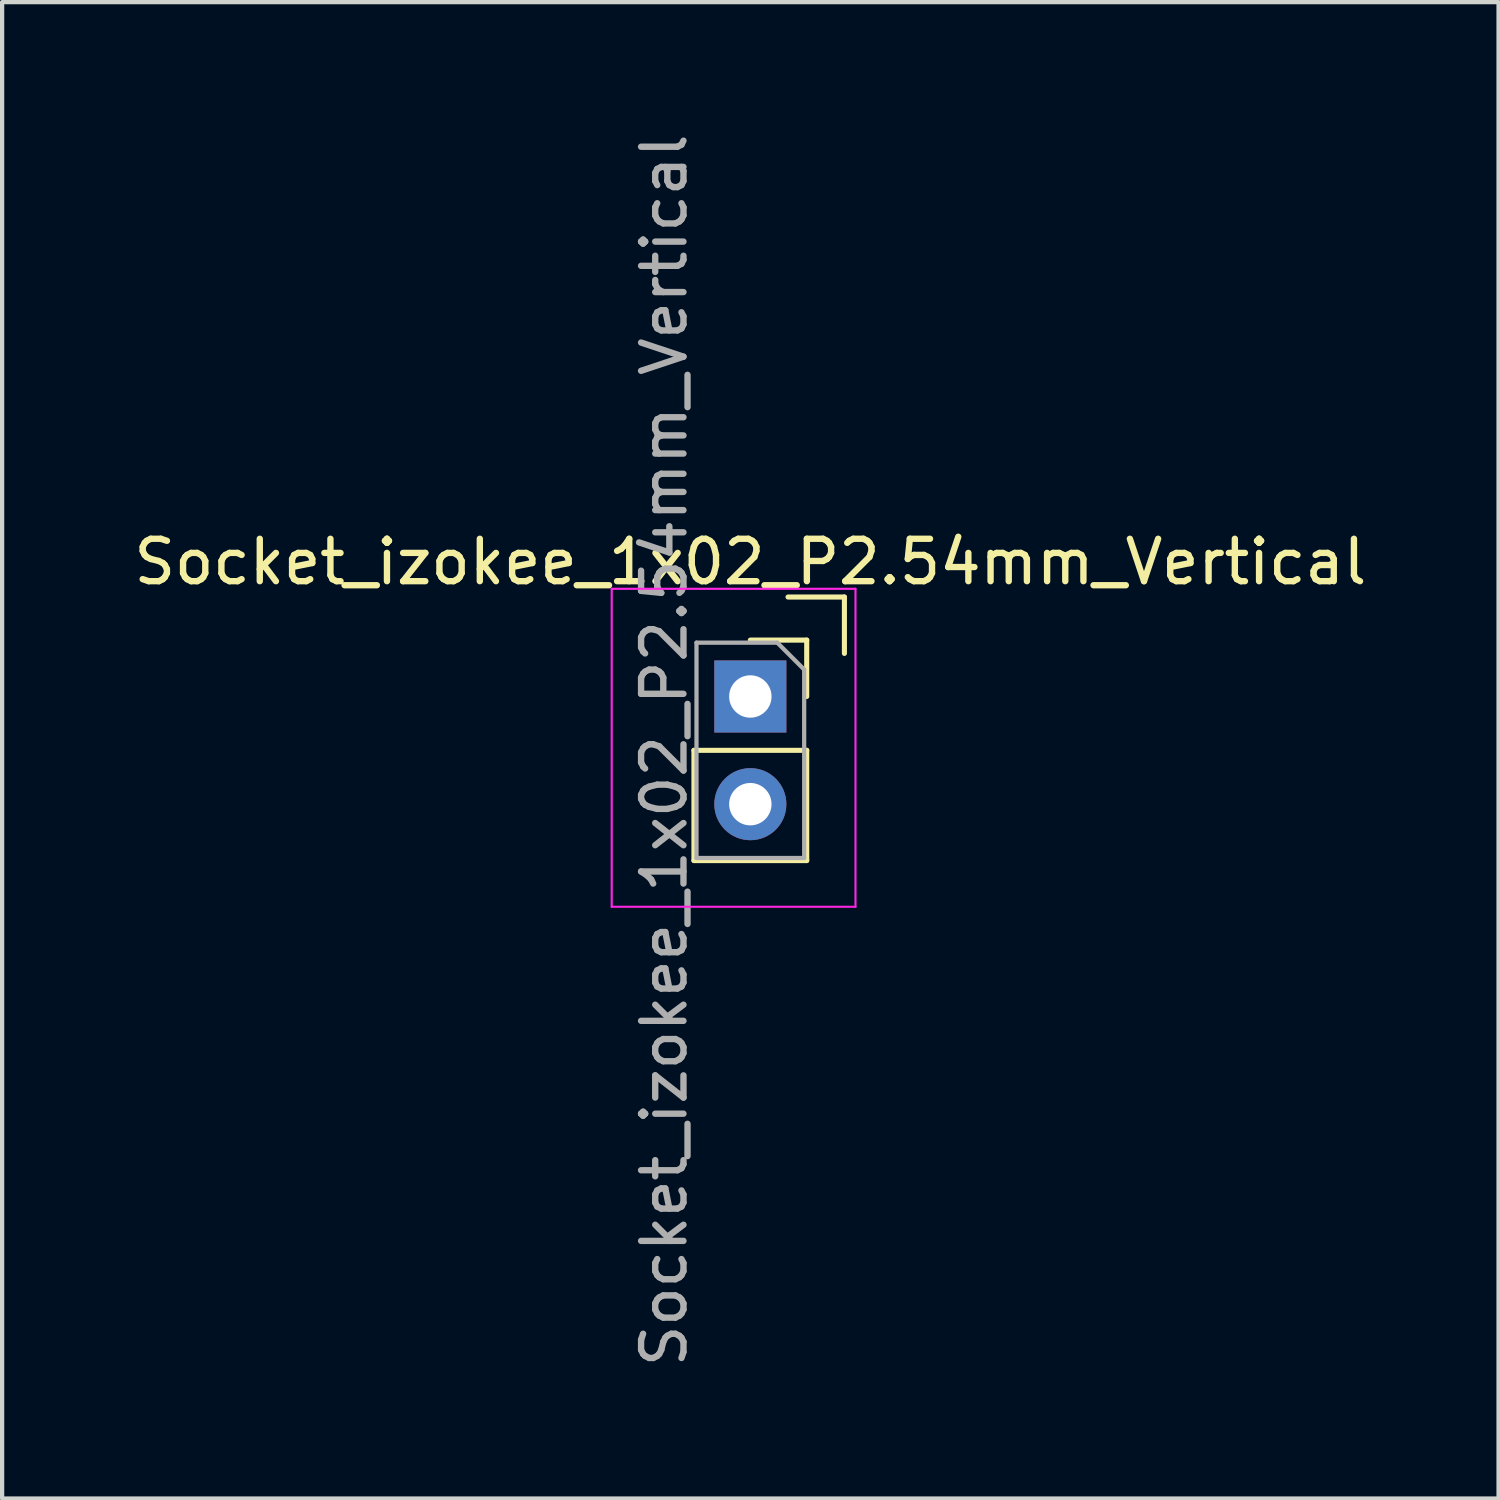
<source format=kicad_pcb>
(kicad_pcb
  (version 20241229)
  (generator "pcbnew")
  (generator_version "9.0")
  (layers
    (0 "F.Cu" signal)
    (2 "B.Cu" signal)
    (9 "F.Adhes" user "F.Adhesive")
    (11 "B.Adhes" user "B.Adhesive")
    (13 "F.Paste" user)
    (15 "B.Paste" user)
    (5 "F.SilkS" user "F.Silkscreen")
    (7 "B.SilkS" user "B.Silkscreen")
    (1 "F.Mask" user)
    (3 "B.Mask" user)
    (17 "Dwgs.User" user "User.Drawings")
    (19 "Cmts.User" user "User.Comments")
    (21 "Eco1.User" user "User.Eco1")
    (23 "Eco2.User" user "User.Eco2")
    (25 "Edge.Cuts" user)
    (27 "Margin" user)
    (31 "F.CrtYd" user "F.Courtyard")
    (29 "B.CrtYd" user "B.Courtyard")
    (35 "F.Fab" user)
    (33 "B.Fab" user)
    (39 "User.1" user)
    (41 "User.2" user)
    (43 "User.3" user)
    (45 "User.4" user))
  (footprint "Socket_izokee_1x02_P2.54mm_Vertical"
    (layer "F.Cu")
    (at 14.649 13.379)
    (property "Reference" "Socket_izokee_1x02_P2.54mm_Vertical" (at 0 -3.175 0) (layer "F.SilkS") (effects (font (size 1 1) (thickness 0.15))))
    (attr through_hole)
    (fp_line (start -1.33 1.27) (end -1.33 3.87) (stroke (width 0.12) (type solid)) (layer "F.SilkS"))
    (fp_line (start -1.33 1.27) (end 1.33 1.27) (stroke (width 0.12) (type solid)) (layer "F.SilkS"))
    (fp_line (start -1.33 3.87) (end 1.33 3.87) (stroke (width 0.12) (type solid)) (layer "F.SilkS"))
    (fp_line (start 0 -1.33) (end 1.33 -1.33) (stroke (width 0.12) (type solid)) (layer "F.SilkS"))
    (fp_line (start 0.889 -2.346) (end 2.219 -2.346) (stroke (width 0.12) (type solid)) (layer "F.SilkS"))
    (fp_line (start 1.33 -1.33) (end 1.33 0) (stroke (width 0.12) (type solid)) (layer "F.SilkS"))
    (fp_line (start 1.33 1.27) (end 1.33 3.87) (stroke (width 0.12) (type solid)) (layer "F.SilkS"))
    (fp_line (start 2.219 -2.346) (end 2.219 -1.016) (stroke (width 0.12) (type solid)) (layer "F.SilkS"))
    (fp_line (start -3.27 -2.54) (end 2.48 -2.54) (stroke (width 0.05) (type solid)) (layer "F.CrtYd"))
    (fp_line (start -3.27 4.96) (end -3.27 -2.54) (stroke (width 0.05) (type solid)) (layer "F.CrtYd"))
    (fp_line (start 2.48 -2.54) (end 2.48 4.96) (stroke (width 0.05) (type solid)) (layer "F.CrtYd"))
    (fp_line (start 2.48 4.96) (end -3.27 4.96) (stroke (width 0.05) (type solid)) (layer "F.CrtYd"))
    (fp_line (start -1.27 -1.27) (end 0.635 -1.27) (stroke (width 0.1) (type solid)) (layer "F.Fab"))
    (fp_line (start -1.27 3.81) (end -1.27 -1.27) (stroke (width 0.1) (type solid)) (layer "F.Fab"))
    (fp_line (start 0.635 -1.27) (end 1.27 -0.635) (stroke (width 0.1) (type solid)) (layer "F.Fab"))
    (fp_line (start 1.27 -0.635) (end 1.27 3.81) (stroke (width 0.1) (type solid)) (layer "F.Fab"))
    (fp_line (start 1.27 3.81) (end -1.27 3.81) (stroke (width 0.1) (type solid)) (layer "F.Fab"))
    (fp_text user "${REFERENCE}" (at -2.032 1.27 90) (layer "F.Fab") (effects (font (size 1 1) (thickness 0.15))))
    (pad "1" thru_hole rect (at 0 0) (size 1.7 1.7) (drill 1) (layers "*.Cu" "*.Mask"))
    (pad "2" thru_hole oval (at 0 2.54) (size 1.7 1.7) (drill 1) (layers "*.Cu" "*.Mask")))
  (gr_rect
    (start -3 -3)
    (end 32.298 32.298)
    (stroke (width 0.1) (type default))
    (fill no)
    (layer "Edge.Cuts")))
</source>
